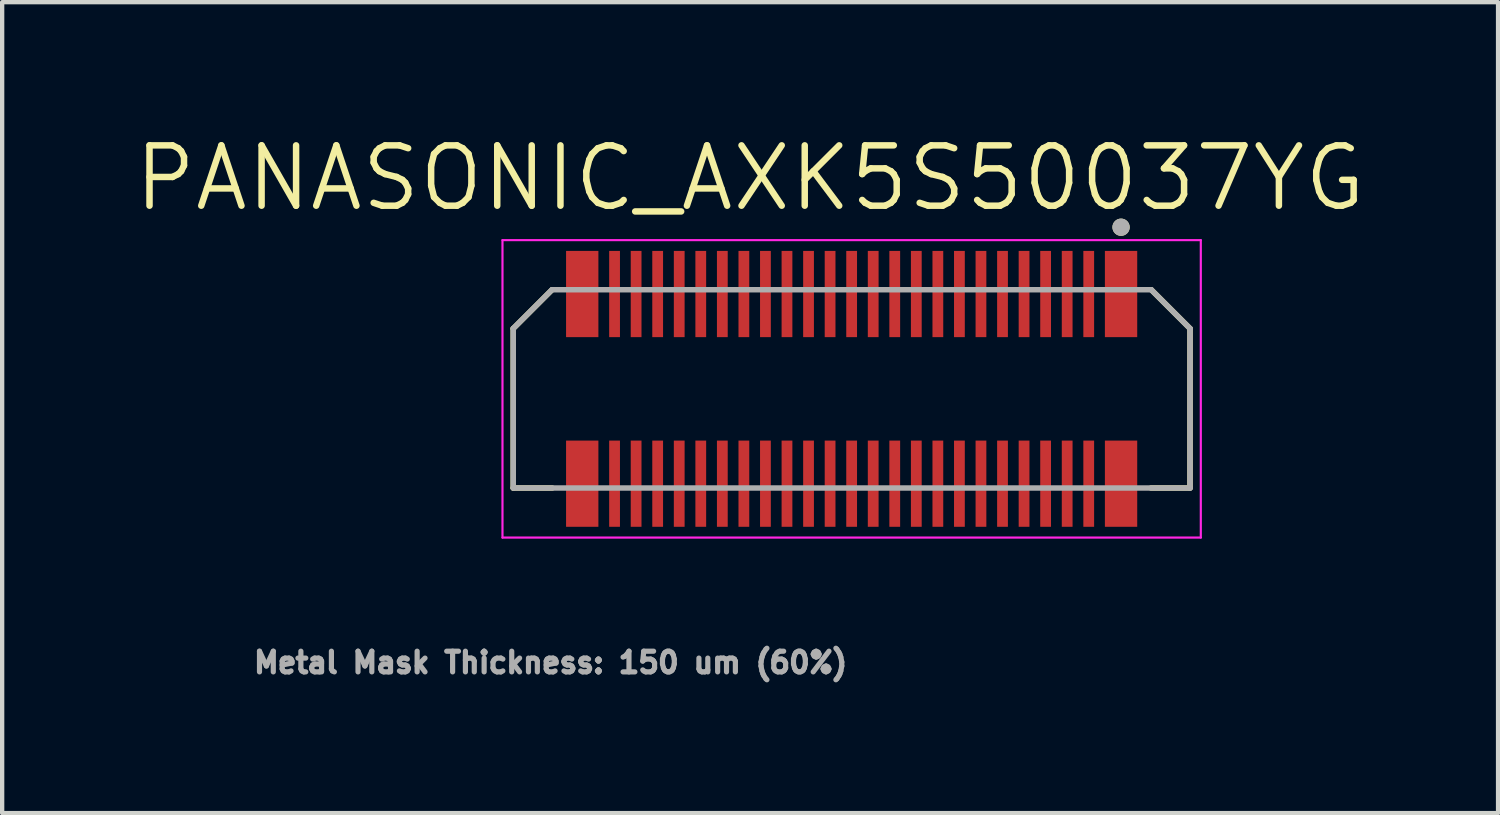
<source format=kicad_pcb>
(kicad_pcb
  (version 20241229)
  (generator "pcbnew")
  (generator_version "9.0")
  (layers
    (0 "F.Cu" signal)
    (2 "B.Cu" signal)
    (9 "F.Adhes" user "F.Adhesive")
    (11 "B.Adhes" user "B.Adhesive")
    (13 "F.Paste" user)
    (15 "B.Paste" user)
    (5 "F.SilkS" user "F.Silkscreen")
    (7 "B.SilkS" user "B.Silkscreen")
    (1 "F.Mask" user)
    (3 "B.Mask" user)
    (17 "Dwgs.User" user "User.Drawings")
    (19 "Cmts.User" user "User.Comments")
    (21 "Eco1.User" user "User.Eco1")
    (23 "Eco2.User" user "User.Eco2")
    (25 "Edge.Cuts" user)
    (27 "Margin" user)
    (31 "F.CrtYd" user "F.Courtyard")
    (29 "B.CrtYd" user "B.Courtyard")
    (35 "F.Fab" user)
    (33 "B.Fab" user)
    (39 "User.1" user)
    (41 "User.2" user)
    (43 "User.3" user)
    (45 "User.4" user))
  (footprint "PANASONIC_AXK5S50037YG"
    (layer "F.Cu")
    (at 16.707 5.971)
    (property "Reference" "PANASONIC_AXK5S50037YG" (at -2.355 -4.889 0) (layer "F.SilkS") (effects (font (size 1.4 1.4) (thickness 0.15))))
    (attr smd)
    (fp_line (start -7.85 -1.4) (end -6.95 -2.3) (stroke (width 0.127) (type solid)) (layer "F.SilkS"))
    (fp_line (start -7.85 2.3) (end -7.85 -1.4) (stroke (width 0.127) (type solid)) (layer "F.SilkS"))
    (fp_line (start -6.945 2.3) (end -7.85 2.3) (stroke (width 0.127) (type solid)) (layer "F.SilkS"))
    (fp_line (start 6.95 -2.3) (end 7.85 -1.4) (stroke (width 0.127) (type solid)) (layer "F.SilkS"))
    (fp_line (start 7.85 -1.4) (end 7.85 2.3) (stroke (width 0.127) (type solid)) (layer "F.SilkS"))
    (fp_line (start 7.85 2.3) (end 6.945 2.3) (stroke (width 0.127) (type solid)) (layer "F.SilkS"))
    (fp_circle (center 6.25 -3.75) (end 6.35 -3.75) (stroke (width 0.2) (type solid)) (fill no) (layer "F.SilkS"))
    (fp_poly (pts (xy -6.235 -3.2) (xy -5.885 -3.2) (xy -5.885 -1.9) (xy -6.235 -1.9)) (stroke (width 0.01) (type solid)) (fill yes) (layer "F.Paste"))
    (fp_poly (pts (xy -6.235 1.9) (xy -5.885 1.9) (xy -5.885 3.2) (xy -6.235 3.2)) (stroke (width 0.01) (type solid)) (fill yes) (layer "F.Paste"))
    (fp_poly (pts (xy -5.615 -3.2) (xy -5.385 -3.2) (xy -5.385 -1.9) (xy -5.615 -1.9)) (stroke (width 0.01) (type solid)) (fill yes) (layer "F.Paste"))
    (fp_poly (pts (xy -5.615 1.9) (xy -5.385 1.9) (xy -5.385 3.2) (xy -5.615 3.2)) (stroke (width 0.01) (type solid)) (fill yes) (layer "F.Paste"))
    (fp_poly (pts (xy -5.115 -3.2) (xy -4.885 -3.2) (xy -4.885 -1.9) (xy -5.115 -1.9)) (stroke (width 0.01) (type solid)) (fill yes) (layer "F.Paste"))
    (fp_poly (pts (xy -5.115 1.9) (xy -4.885 1.9) (xy -4.885 3.2) (xy -5.115 3.2)) (stroke (width 0.01) (type solid)) (fill yes) (layer "F.Paste"))
    (fp_poly (pts (xy -4.615 -3.2) (xy -4.385 -3.2) (xy -4.385 -1.9) (xy -4.615 -1.9)) (stroke (width 0.01) (type solid)) (fill yes) (layer "F.Paste"))
    (fp_poly (pts (xy -4.615 1.9) (xy -4.385 1.9) (xy -4.385 3.2) (xy -4.615 3.2)) (stroke (width 0.01) (type solid)) (fill yes) (layer "F.Paste"))
    (fp_poly (pts (xy -4.115 -3.2) (xy -3.885 -3.2) (xy -3.885 -1.9) (xy -4.115 -1.9)) (stroke (width 0.01) (type solid)) (fill yes) (layer "F.Paste"))
    (fp_poly (pts (xy -4.115 1.9) (xy -3.885 1.9) (xy -3.885 3.2) (xy -4.115 3.2)) (stroke (width 0.01) (type solid)) (fill yes) (layer "F.Paste"))
    (fp_poly (pts (xy -3.615 -3.2) (xy -3.385 -3.2) (xy -3.385 -1.9) (xy -3.615 -1.9)) (stroke (width 0.01) (type solid)) (fill yes) (layer "F.Paste"))
    (fp_poly (pts (xy -3.615 1.9) (xy -3.385 1.9) (xy -3.385 3.2) (xy -3.615 3.2)) (stroke (width 0.01) (type solid)) (fill yes) (layer "F.Paste"))
    (fp_poly (pts (xy -3.115 -3.2) (xy -2.885 -3.2) (xy -2.885 -1.9) (xy -3.115 -1.9)) (stroke (width 0.01) (type solid)) (fill yes) (layer "F.Paste"))
    (fp_poly (pts (xy -3.115 1.9) (xy -2.885 1.9) (xy -2.885 3.2) (xy -3.115 3.2)) (stroke (width 0.01) (type solid)) (fill yes) (layer "F.Paste"))
    (fp_poly (pts (xy -2.615 -3.2) (xy -2.385 -3.2) (xy -2.385 -1.9) (xy -2.615 -1.9)) (stroke (width 0.01) (type solid)) (fill yes) (layer "F.Paste"))
    (fp_poly (pts (xy -2.615 1.9) (xy -2.385 1.9) (xy -2.385 3.2) (xy -2.615 3.2)) (stroke (width 0.01) (type solid)) (fill yes) (layer "F.Paste"))
    (fp_poly (pts (xy -2.115 -3.2) (xy -1.885 -3.2) (xy -1.885 -1.9) (xy -2.115 -1.9)) (stroke (width 0.01) (type solid)) (fill yes) (layer "F.Paste"))
    (fp_poly (pts (xy -2.115 1.9) (xy -1.885 1.9) (xy -1.885 3.2) (xy -2.115 3.2)) (stroke (width 0.01) (type solid)) (fill yes) (layer "F.Paste"))
    (fp_poly (pts (xy -1.615 -3.2) (xy -1.385 -3.2) (xy -1.385 -1.9) (xy -1.615 -1.9)) (stroke (width 0.01) (type solid)) (fill yes) (layer "F.Paste"))
    (fp_poly (pts (xy -1.615 1.9) (xy -1.385 1.9) (xy -1.385 3.2) (xy -1.615 3.2)) (stroke (width 0.01) (type solid)) (fill yes) (layer "F.Paste"))
    (fp_poly (pts (xy -1.115 -3.2) (xy -0.885 -3.2) (xy -0.885 -1.9) (xy -1.115 -1.9)) (stroke (width 0.01) (type solid)) (fill yes) (layer "F.Paste"))
    (fp_poly (pts (xy -1.115 1.9) (xy -0.885 1.9) (xy -0.885 3.2) (xy -1.115 3.2)) (stroke (width 0.01) (type solid)) (fill yes) (layer "F.Paste"))
    (fp_poly (pts (xy -0.615 -3.2) (xy -0.385 -3.2) (xy -0.385 -1.9) (xy -0.615 -1.9)) (stroke (width 0.01) (type solid)) (fill yes) (layer "F.Paste"))
    (fp_poly (pts (xy -0.615 1.9) (xy -0.385 1.9) (xy -0.385 3.2) (xy -0.615 3.2)) (stroke (width 0.01) (type solid)) (fill yes) (layer "F.Paste"))
    (fp_poly (pts (xy -0.115 -3.2) (xy 0.115 -3.2) (xy 0.115 -1.9) (xy -0.115 -1.9)) (stroke (width 0.01) (type solid)) (fill yes) (layer "F.Paste"))
    (fp_poly (pts (xy -0.115 1.9) (xy 0.115 1.9) (xy 0.115 3.2) (xy -0.115 3.2)) (stroke (width 0.01) (type solid)) (fill yes) (layer "F.Paste"))
    (fp_poly (pts (xy 0.385 -3.2) (xy 0.615 -3.2) (xy 0.615 -1.9) (xy 0.385 -1.9)) (stroke (width 0.01) (type solid)) (fill yes) (layer "F.Paste"))
    (fp_poly (pts (xy 0.385 1.9) (xy 0.615 1.9) (xy 0.615 3.2) (xy 0.385 3.2)) (stroke (width 0.01) (type solid)) (fill yes) (layer "F.Paste"))
    (fp_poly (pts (xy 0.885 -3.2) (xy 1.115 -3.2) (xy 1.115 -1.9) (xy 0.885 -1.9)) (stroke (width 0.01) (type solid)) (fill yes) (layer "F.Paste"))
    (fp_poly (pts (xy 0.885 1.9) (xy 1.115 1.9) (xy 1.115 3.2) (xy 0.885 3.2)) (stroke (width 0.01) (type solid)) (fill yes) (layer "F.Paste"))
    (fp_poly (pts (xy 1.385 -3.2) (xy 1.615 -3.2) (xy 1.615 -1.9) (xy 1.385 -1.9)) (stroke (width 0.01) (type solid)) (fill yes) (layer "F.Paste"))
    (fp_poly (pts (xy 1.385 1.9) (xy 1.615 1.9) (xy 1.615 3.2) (xy 1.385 3.2)) (stroke (width 0.01) (type solid)) (fill yes) (layer "F.Paste"))
    (fp_poly (pts (xy 1.885 -3.2) (xy 2.115 -3.2) (xy 2.115 -1.9) (xy 1.885 -1.9)) (stroke (width 0.01) (type solid)) (fill yes) (layer "F.Paste"))
    (fp_poly (pts (xy 1.885 1.9) (xy 2.115 1.9) (xy 2.115 3.2) (xy 1.885 3.2)) (stroke (width 0.01) (type solid)) (fill yes) (layer "F.Paste"))
    (fp_poly (pts (xy 2.385 -3.2) (xy 2.615 -3.2) (xy 2.615 -1.9) (xy 2.385 -1.9)) (stroke (width 0.01) (type solid)) (fill yes) (layer "F.Paste"))
    (fp_poly (pts (xy 2.385 1.9) (xy 2.615 1.9) (xy 2.615 3.2) (xy 2.385 3.2)) (stroke (width 0.01) (type solid)) (fill yes) (layer "F.Paste"))
    (fp_poly (pts (xy 2.885 -3.2) (xy 3.115 -3.2) (xy 3.115 -1.9) (xy 2.885 -1.9)) (stroke (width 0.01) (type solid)) (fill yes) (layer "F.Paste"))
    (fp_poly (pts (xy 2.885 1.9) (xy 3.115 1.9) (xy 3.115 3.2) (xy 2.885 3.2)) (stroke (width 0.01) (type solid)) (fill yes) (layer "F.Paste"))
    (fp_poly (pts (xy 3.385 -3.2) (xy 3.615 -3.2) (xy 3.615 -1.9) (xy 3.385 -1.9)) (stroke (width 0.01) (type solid)) (fill yes) (layer "F.Paste"))
    (fp_poly (pts (xy 3.385 1.9) (xy 3.615 1.9) (xy 3.615 3.2) (xy 3.385 3.2)) (stroke (width 0.01) (type solid)) (fill yes) (layer "F.Paste"))
    (fp_poly (pts (xy 3.885 -3.2) (xy 4.115 -3.2) (xy 4.115 -1.9) (xy 3.885 -1.9)) (stroke (width 0.01) (type solid)) (fill yes) (layer "F.Paste"))
    (fp_poly (pts (xy 3.885 1.9) (xy 4.115 1.9) (xy 4.115 3.2) (xy 3.885 3.2)) (stroke (width 0.01) (type solid)) (fill yes) (layer "F.Paste"))
    (fp_poly (pts (xy 4.385 -3.2) (xy 4.615 -3.2) (xy 4.615 -1.9) (xy 4.385 -1.9)) (stroke (width 0.01) (type solid)) (fill yes) (layer "F.Paste"))
    (fp_poly (pts (xy 4.385 1.9) (xy 4.615 1.9) (xy 4.615 3.2) (xy 4.385 3.2)) (stroke (width 0.01) (type solid)) (fill yes) (layer "F.Paste"))
    (fp_poly (pts (xy 4.885 -3.2) (xy 5.115 -3.2) (xy 5.115 -1.9) (xy 4.885 -1.9)) (stroke (width 0.01) (type solid)) (fill yes) (layer "F.Paste"))
    (fp_poly (pts (xy 4.885 1.9) (xy 5.115 1.9) (xy 5.115 3.2) (xy 4.885 3.2)) (stroke (width 0.01) (type solid)) (fill yes) (layer "F.Paste"))
    (fp_poly (pts (xy 5.385 -3.2) (xy 5.615 -3.2) (xy 5.615 -1.9) (xy 5.385 -1.9)) (stroke (width 0.01) (type solid)) (fill yes) (layer "F.Paste"))
    (fp_poly (pts (xy 5.385 1.9) (xy 5.615 1.9) (xy 5.615 3.2) (xy 5.385 3.2)) (stroke (width 0.01) (type solid)) (fill yes) (layer "F.Paste"))
    (fp_poly (pts (xy 5.885 -3.2) (xy 6.235 -3.2) (xy 6.235 -1.9) (xy 5.885 -1.9)) (stroke (width 0.01) (type solid)) (fill yes) (layer "F.Paste"))
    (fp_poly (pts (xy 5.885 1.9) (xy 6.235 1.9) (xy 6.235 3.2) (xy 5.885 3.2)) (stroke (width 0.01) (type solid)) (fill yes) (layer "F.Paste"))
    (fp_line (start -8.1 -3.45) (end 8.1 -3.45) (stroke (width 0.05) (type solid)) (layer "F.CrtYd"))
    (fp_line (start -8.1 3.45) (end -8.1 -3.45) (stroke (width 0.05) (type solid)) (layer "F.CrtYd"))
    (fp_line (start 8.1 -3.45) (end 8.1 3.45) (stroke (width 0.05) (type solid)) (layer "F.CrtYd"))
    (fp_line (start 8.1 3.45) (end -8.1 3.45) (stroke (width 0.05) (type solid)) (layer "F.CrtYd"))
    (fp_line (start -7.85 -1.4) (end -7.85 2.3) (stroke (width 0.127) (type solid)) (layer "F.Fab"))
    (fp_line (start -7.85 2.3) (end 7.85 2.3) (stroke (width 0.127) (type solid)) (layer "F.Fab"))
    (fp_line (start -6.95 -2.3) (end -7.85 -1.4) (stroke (width 0.127) (type solid)) (layer "F.Fab"))
    (fp_line (start 6.95 -2.3) (end -6.95 -2.3) (stroke (width 0.127) (type solid)) (layer "F.Fab"))
    (fp_line (start 7.85 -1.4) (end 6.95 -2.3) (stroke (width 0.127) (type solid)) (layer "F.Fab"))
    (fp_line (start 7.85 2.3) (end 7.85 -1.4) (stroke (width 0.127) (type solid)) (layer "F.Fab"))
    (fp_circle (center 6.25 -3.75) (end 6.35 -3.75) (stroke (width 0.2) (type solid)) (fill no) (layer "F.Fab"))
    (fp_text user "Metal Mask Thickness: 150 um (60%) " (at -6.8 6.35 0) (layer "F.Fab") (effects (font (size 0.48 0.48) (thickness 0.12))))
    (pad "1" smd rect (at 6.25 -2.2) (size 0.75 2) (layers "F.Cu" "F.Mask"))
    (pad "2" smd rect (at 6.25 2.2) (size 0.75 2) (layers "F.Cu" "F.Mask"))
    (pad "3" smd rect (at 5.5 -2.2) (size 0.25 2) (layers "F.Cu" "F.Mask"))
    (pad "4" smd rect (at 5.5 2.2) (size 0.25 2) (layers "F.Cu" "F.Mask"))
    (pad "5" smd rect (at 5 -2.2) (size 0.25 2) (layers "F.Cu" "F.Mask"))
    (pad "6" smd rect (at 5 2.2) (size 0.25 2) (layers "F.Cu" "F.Mask"))
    (pad "7" smd rect (at 4.5 -2.2) (size 0.25 2) (layers "F.Cu" "F.Mask"))
    (pad "8" smd rect (at 4.5 2.2) (size 0.25 2) (layers "F.Cu" "F.Mask"))
    (pad "9" smd rect (at 4 -2.2) (size 0.25 2) (layers "F.Cu" "F.Mask"))
    (pad "10" smd rect (at 4 2.2) (size 0.25 2) (layers "F.Cu" "F.Mask"))
    (pad "11" smd rect (at 3.5 -2.2) (size 0.25 2) (layers "F.Cu" "F.Mask"))
    (pad "12" smd rect (at 3.5 2.2) (size 0.25 2) (layers "F.Cu" "F.Mask"))
    (pad "13" smd rect (at 3 -2.2) (size 0.25 2) (layers "F.Cu" "F.Mask"))
    (pad "14" smd rect (at 3 2.2) (size 0.25 2) (layers "F.Cu" "F.Mask"))
    (pad "15" smd rect (at 2.5 -2.2) (size 0.25 2) (layers "F.Cu" "F.Mask"))
    (pad "16" smd rect (at 2.5 2.2) (size 0.25 2) (layers "F.Cu" "F.Mask"))
    (pad "17" smd rect (at 2 -2.2) (size 0.25 2) (layers "F.Cu" "F.Mask"))
    (pad "18" smd rect (at 2 2.2) (size 0.25 2) (layers "F.Cu" "F.Mask"))
    (pad "19" smd rect (at 1.5 -2.2) (size 0.25 2) (layers "F.Cu" "F.Mask"))
    (pad "20" smd rect (at 1.5 2.2) (size 0.25 2) (layers "F.Cu" "F.Mask"))
    (pad "21" smd rect (at 1 -2.2) (size 0.25 2) (layers "F.Cu" "F.Mask"))
    (pad "22" smd rect (at 1 2.2) (size 0.25 2) (layers "F.Cu" "F.Mask"))
    (pad "23" smd rect (at 0.5 -2.2) (size 0.25 2) (layers "F.Cu" "F.Mask"))
    (pad "24" smd rect (at 0.5 2.2) (size 0.25 2) (layers "F.Cu" "F.Mask"))
    (pad "25" smd rect (at 0 -2.2) (size 0.25 2) (layers "F.Cu" "F.Mask"))
    (pad "26" smd rect (at 0 2.2) (size 0.25 2) (layers "F.Cu" "F.Mask"))
    (pad "27" smd rect (at -0.5 -2.2) (size 0.25 2) (layers "F.Cu" "F.Mask"))
    (pad "28" smd rect (at -0.5 2.2) (size 0.25 2) (layers "F.Cu" "F.Mask"))
    (pad "29" smd rect (at -1 -2.2) (size 0.25 2) (layers "F.Cu" "F.Mask"))
    (pad "30" smd rect (at -1 2.2) (size 0.25 2) (layers "F.Cu" "F.Mask"))
    (pad "31" smd rect (at -1.5 -2.2) (size 0.25 2) (layers "F.Cu" "F.Mask"))
    (pad "32" smd rect (at -1.5 2.2) (size 0.25 2) (layers "F.Cu" "F.Mask"))
    (pad "33" smd rect (at -2 -2.2) (size 0.25 2) (layers "F.Cu" "F.Mask"))
    (pad "34" smd rect (at -2 2.2) (size 0.25 2) (layers "F.Cu" "F.Mask"))
    (pad "35" smd rect (at -2.5 -2.2) (size 0.25 2) (layers "F.Cu" "F.Mask"))
    (pad "36" smd rect (at -2.5 2.2) (size 0.25 2) (layers "F.Cu" "F.Mask"))
    (pad "37" smd rect (at -3 -2.2) (size 0.25 2) (layers "F.Cu" "F.Mask"))
    (pad "38" smd rect (at -3 2.2) (size 0.25 2) (layers "F.Cu" "F.Mask"))
    (pad "39" smd rect (at -3.5 -2.2) (size 0.25 2) (layers "F.Cu" "F.Mask"))
    (pad "40" smd rect (at -3.5 2.2) (size 0.25 2) (layers "F.Cu" "F.Mask"))
    (pad "41" smd rect (at -4 -2.2) (size 0.25 2) (layers "F.Cu" "F.Mask"))
    (pad "42" smd rect (at -4 2.2) (size 0.25 2) (layers "F.Cu" "F.Mask"))
    (pad "43" smd rect (at -4.5 -2.2) (size 0.25 2) (layers "F.Cu" "F.Mask"))
    (pad "44" smd rect (at -4.5 2.2) (size 0.25 2) (layers "F.Cu" "F.Mask"))
    (pad "45" smd rect (at -5 -2.2) (size 0.25 2) (layers "F.Cu" "F.Mask"))
    (pad "46" smd rect (at -5 2.2) (size 0.25 2) (layers "F.Cu" "F.Mask"))
    (pad "47" smd rect (at -5.5 -2.2) (size 0.25 2) (layers "F.Cu" "F.Mask"))
    (pad "48" smd rect (at -5.5 2.2) (size 0.25 2) (layers "F.Cu" "F.Mask"))
    (pad "49" smd rect (at -6.25 -2.2) (size 0.75 2) (layers "F.Cu" "F.Mask"))
    (pad "50" smd rect (at -6.25 2.2) (size 0.75 2) (layers "F.Cu" "F.Mask")))
  (gr_rect
    (start -3 -3)
    (end 31.703 15.813)
    (stroke (width 0.1) (type default))
    (fill no)
    (layer "Edge.Cuts")))
</source>
